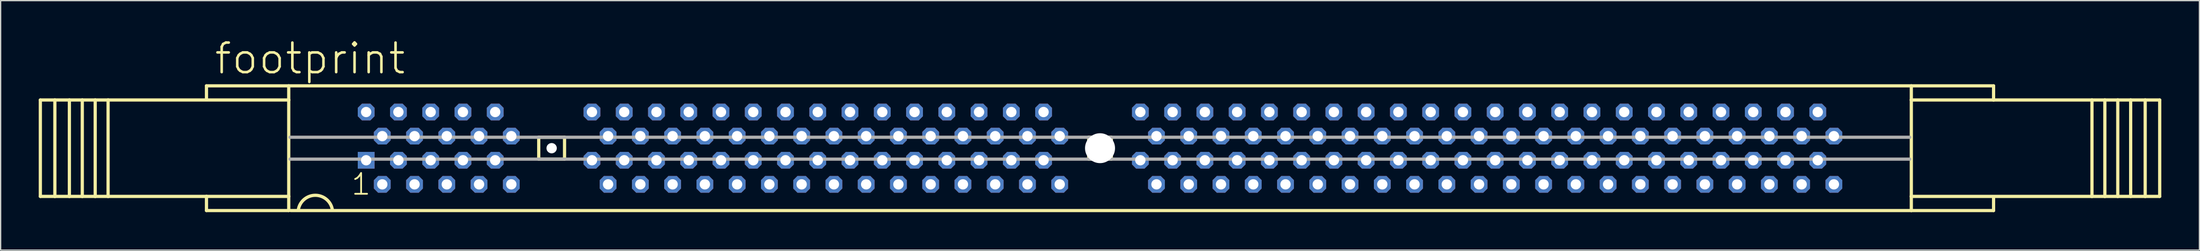
<source format=kicad_pcb>
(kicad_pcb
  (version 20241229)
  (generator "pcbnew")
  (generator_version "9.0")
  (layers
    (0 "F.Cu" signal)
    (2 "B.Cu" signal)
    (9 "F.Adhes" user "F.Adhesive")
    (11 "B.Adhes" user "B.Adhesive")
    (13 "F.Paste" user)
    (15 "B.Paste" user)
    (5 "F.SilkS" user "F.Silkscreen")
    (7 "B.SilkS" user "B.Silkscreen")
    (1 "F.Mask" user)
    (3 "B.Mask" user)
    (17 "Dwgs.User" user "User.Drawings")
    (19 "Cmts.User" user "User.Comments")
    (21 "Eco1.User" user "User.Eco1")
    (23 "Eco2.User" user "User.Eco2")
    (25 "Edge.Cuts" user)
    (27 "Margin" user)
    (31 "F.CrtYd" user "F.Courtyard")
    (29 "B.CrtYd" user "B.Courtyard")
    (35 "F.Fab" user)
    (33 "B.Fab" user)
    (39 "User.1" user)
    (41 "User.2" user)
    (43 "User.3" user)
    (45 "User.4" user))
  (footprint "footprint"
    (layer "F.Cu")
    (at 83.566 8.661)
    (property "Reference" "footprint" (at -69.85 -5.715 0) (layer "F.SilkS") (effects (font (size 2.337 2.337) (thickness 0.203)) (justify left bottom)))
    (fp_line (start -83.439 -3.81) (end -83.439 3.81) (stroke (width 0.254) (type solid)) (layer "F.SilkS"))
    (fp_line (start -83.439 3.81) (end -82.296 3.81) (stroke (width 0.254) (type solid)) (layer "F.SilkS"))
    (fp_line (start -82.296 -3.81) (end -83.439 -3.81) (stroke (width 0.254) (type solid)) (layer "F.SilkS"))
    (fp_line (start -82.296 -3.81) (end -82.296 3.81) (stroke (width 0.254) (type solid)) (layer "F.SilkS"))
    (fp_line (start -82.296 3.81) (end -81.153 3.81) (stroke (width 0.254) (type solid)) (layer "F.SilkS"))
    (fp_line (start -81.153 -3.81) (end -82.296 -3.81) (stroke (width 0.254) (type solid)) (layer "F.SilkS"))
    (fp_line (start -81.153 -3.81) (end -81.153 3.81) (stroke (width 0.254) (type solid)) (layer "F.SilkS"))
    (fp_line (start -81.153 3.81) (end -80.137 3.81) (stroke (width 0.254) (type solid)) (layer "F.SilkS"))
    (fp_line (start -80.137 -3.81) (end -81.153 -3.81) (stroke (width 0.254) (type solid)) (layer "F.SilkS"))
    (fp_line (start -80.137 -3.81) (end -80.137 3.81) (stroke (width 0.254) (type solid)) (layer "F.SilkS"))
    (fp_line (start -80.137 3.81) (end -79.121 3.81) (stroke (width 0.254) (type solid)) (layer "F.SilkS"))
    (fp_line (start -79.121 -3.81) (end -80.137 -3.81) (stroke (width 0.254) (type solid)) (layer "F.SilkS"))
    (fp_line (start -79.121 -3.81) (end -79.121 3.81) (stroke (width 0.254) (type solid)) (layer "F.SilkS"))
    (fp_line (start -79.121 3.81) (end -78.105 3.81) (stroke (width 0.254) (type solid)) (layer "F.SilkS"))
    (fp_line (start -78.105 -3.81) (end -79.121 -3.81) (stroke (width 0.254) (type solid)) (layer "F.SilkS"))
    (fp_line (start -78.105 -3.81) (end -78.105 3.81) (stroke (width 0.254) (type solid)) (layer "F.SilkS"))
    (fp_line (start -78.105 3.81) (end -70.358 3.81) (stroke (width 0.254) (type solid)) (layer "F.SilkS"))
    (fp_line (start -70.358 -4.928) (end -63.881 -4.928) (stroke (width 0.254) (type solid)) (layer "F.SilkS"))
    (fp_line (start -70.358 -3.835) (end -70.358 -4.928) (stroke (width 0.254) (type solid)) (layer "F.SilkS"))
    (fp_line (start -70.358 3.81) (end -70.358 4.928) (stroke (width 0.254) (type solid)) (layer "F.SilkS"))
    (fp_line (start -70.358 3.81) (end -63.881 3.81) (stroke (width 0.254) (type solid)) (layer "F.SilkS"))
    (fp_line (start -70.358 4.928) (end -63.881 4.928) (stroke (width 0.254) (type solid)) (layer "F.SilkS"))
    (fp_line (start -63.881 -4.928) (end -63.881 -3.81) (stroke (width 0.254) (type solid)) (layer "F.SilkS"))
    (fp_line (start -63.881 -4.928) (end 63.881 -4.928) (stroke (width 0.254) (type solid)) (layer "F.SilkS"))
    (fp_line (start -63.881 -3.81) (end -78.105 -3.81) (stroke (width 0.254) (type solid)) (layer "F.SilkS"))
    (fp_line (start -63.881 -3.81) (end -63.881 3.81) (stroke (width 0.254) (type solid)) (layer "F.SilkS"))
    (fp_line (start -63.881 3.81) (end -63.881 4.928) (stroke (width 0.254) (type solid)) (layer "F.SilkS"))
    (fp_line (start -44.196 0.864) (end -44.196 -0.864) (stroke (width 0.254) (type solid)) (layer "F.SilkS"))
    (fp_line (start -44.196 0.864) (end -42.164 0.864) (stroke (width 0.254) (type solid)) (layer "F.SilkS"))
    (fp_line (start -42.164 -0.864) (end -44.196 -0.864) (stroke (width 0.254) (type solid)) (layer "F.SilkS"))
    (fp_line (start -42.164 -0.864) (end -42.164 0.864) (stroke (width 0.254) (type solid)) (layer "F.SilkS"))
    (fp_line (start -0.889 0.864) (end -0.889 -0.864) (stroke (width 0.254) (type solid)) (layer "F.SilkS"))
    (fp_line (start -0.889 0.864) (end 0.889 0.864) (stroke (width 0.254) (type solid)) (layer "F.SilkS"))
    (fp_line (start 0.889 -0.864) (end -0.889 -0.864) (stroke (width 0.254) (type solid)) (layer "F.SilkS"))
    (fp_line (start 0.889 0.864) (end 0.889 -0.864) (stroke (width 0.254) (type solid)) (layer "F.SilkS"))
    (fp_line (start 63.881 -4.928) (end 63.881 -3.81) (stroke (width 0.254) (type solid)) (layer "F.SilkS"))
    (fp_line (start 63.881 -3.81) (end 63.881 3.81) (stroke (width 0.254) (type solid)) (layer "F.SilkS"))
    (fp_line (start 63.881 3.81) (end 63.881 4.928) (stroke (width 0.254) (type solid)) (layer "F.SilkS"))
    (fp_line (start 63.881 3.81) (end 78.105 3.81) (stroke (width 0.254) (type solid)) (layer "F.SilkS"))
    (fp_line (start 63.881 4.928) (end -63.729 4.928) (stroke (width 0.254) (type solid)) (layer "F.SilkS"))
    (fp_line (start 63.881 4.928) (end 70.358 4.928) (stroke (width 0.254) (type solid)) (layer "F.SilkS"))
    (fp_line (start 70.358 -4.928) (end 63.881 -4.928) (stroke (width 0.254) (type solid)) (layer "F.SilkS"))
    (fp_line (start 70.358 -3.81) (end 63.881 -3.81) (stroke (width 0.254) (type solid)) (layer "F.SilkS"))
    (fp_line (start 70.358 -3.81) (end 70.358 -4.928) (stroke (width 0.254) (type solid)) (layer "F.SilkS"))
    (fp_line (start 70.358 3.835) (end 70.358 4.928) (stroke (width 0.254) (type solid)) (layer "F.SilkS"))
    (fp_line (start 78.105 -3.81) (end 70.358 -3.81) (stroke (width 0.254) (type solid)) (layer "F.SilkS"))
    (fp_line (start 78.105 3.81) (end 78.105 -3.81) (stroke (width 0.254) (type solid)) (layer "F.SilkS"))
    (fp_line (start 78.105 3.81) (end 79.121 3.81) (stroke (width 0.254) (type solid)) (layer "F.SilkS"))
    (fp_line (start 79.121 -3.81) (end 78.105 -3.81) (stroke (width 0.254) (type solid)) (layer "F.SilkS"))
    (fp_line (start 79.121 3.81) (end 79.121 -3.81) (stroke (width 0.254) (type solid)) (layer "F.SilkS"))
    (fp_line (start 79.121 3.81) (end 80.137 3.81) (stroke (width 0.254) (type solid)) (layer "F.SilkS"))
    (fp_line (start 80.137 -3.81) (end 79.121 -3.81) (stroke (width 0.254) (type solid)) (layer "F.SilkS"))
    (fp_line (start 80.137 3.81) (end 80.137 -3.81) (stroke (width 0.254) (type solid)) (layer "F.SilkS"))
    (fp_line (start 80.137 3.81) (end 81.153 3.81) (stroke (width 0.254) (type solid)) (layer "F.SilkS"))
    (fp_line (start 81.153 -3.81) (end 80.137 -3.81) (stroke (width 0.254) (type solid)) (layer "F.SilkS"))
    (fp_line (start 81.153 3.81) (end 81.153 -3.81) (stroke (width 0.254) (type solid)) (layer "F.SilkS"))
    (fp_line (start 81.153 3.81) (end 82.296 3.81) (stroke (width 0.254) (type solid)) (layer "F.SilkS"))
    (fp_line (start 82.296 -3.81) (end 81.153 -3.81) (stroke (width 0.254) (type solid)) (layer "F.SilkS"))
    (fp_line (start 82.296 3.81) (end 82.296 -3.81) (stroke (width 0.254) (type solid)) (layer "F.SilkS"))
    (fp_line (start 82.296 3.81) (end 83.439 3.81) (stroke (width 0.254) (type solid)) (layer "F.SilkS"))
    (fp_line (start 83.439 -3.81) (end 82.296 -3.81) (stroke (width 0.254) (type solid)) (layer "F.SilkS"))
    (fp_line (start 83.439 3.81) (end 83.439 -3.81) (stroke (width 0.254) (type solid)) (layer "F.SilkS"))
    (fp_arc (start -63.119 4.826) (mid -61.7855 3.722525) (end -60.452 4.826) (stroke (width 0.254) (type solid)) (layer "F.SilkS"))
    (fp_line (start -63.779 -0.864) (end 63.754 -0.864) (stroke (width 0.254) (type solid)) (layer "F.Fab"))
    (fp_line (start -63.779 0.864) (end 63.754 0.864) (stroke (width 0.254) (type solid)) (layer "F.Fab"))
    (fp_text user "1" (at -59.055 3.81 0) (layer "F.SilkS") (effects (font (size 1.636 1.636) (thickness 0.142)) (justify left bottom)))
    (pad "" np_thru_hole circle (at -43.18 0) (size 0.813 0.813) (drill 0.813) (layers "*.Cu" "*.Mask"))
    (pad "" np_thru_hole circle (at 0 0) (size 2.362 2.362) (drill 2.362) (layers "*.Cu" "*.Mask"))
    (pad "1" thru_hole rect (at -57.785 0.953) (size 1.321 1.321) (drill 0.813) (layers "*.Cu" "*.Mask"))
    (pad "2" thru_hole roundrect (at -56.515 2.857) (size 1.321 1.321) (drill 0.813) (layers "*.Cu" "*.Mask") (roundrect_rratio 0.25) (chamfer_ratio 0.25) (chamfer top_left top_right bottom_left bottom_right))
    (pad "3" thru_hole roundrect (at -55.245 0.953) (size 1.321 1.321) (drill 0.813) (layers "*.Cu" "*.Mask") (roundrect_rratio 0.25) (chamfer_ratio 0.25) (chamfer top_left top_right bottom_left bottom_right))
    (pad "4" thru_hole roundrect (at -53.975 2.857) (size 1.321 1.321) (drill 0.813) (layers "*.Cu" "*.Mask") (roundrect_rratio 0.25) (chamfer_ratio 0.25) (chamfer top_left top_right bottom_left bottom_right))
    (pad "5" thru_hole roundrect (at -52.705 0.953) (size 1.321 1.321) (drill 0.813) (layers "*.Cu" "*.Mask") (roundrect_rratio 0.25) (chamfer_ratio 0.25) (chamfer top_left top_right bottom_left bottom_right))
    (pad "6" thru_hole roundrect (at -51.435 2.857) (size 1.321 1.321) (drill 0.813) (layers "*.Cu" "*.Mask") (roundrect_rratio 0.25) (chamfer_ratio 0.25) (chamfer top_left top_right bottom_left bottom_right))
    (pad "7" thru_hole roundrect (at -50.165 0.953) (size 1.321 1.321) (drill 0.813) (layers "*.Cu" "*.Mask") (roundrect_rratio 0.25) (chamfer_ratio 0.25) (chamfer top_left top_right bottom_left bottom_right))
    (pad "8" thru_hole roundrect (at -48.895 2.857) (size 1.321 1.321) (drill 0.813) (layers "*.Cu" "*.Mask") (roundrect_rratio 0.25) (chamfer_ratio 0.25) (chamfer top_left top_right bottom_left bottom_right))
    (pad "9" thru_hole roundrect (at -47.625 0.953) (size 1.321 1.321) (drill 0.813) (layers "*.Cu" "*.Mask") (roundrect_rratio 0.25) (chamfer_ratio 0.25) (chamfer top_left top_right bottom_left bottom_right))
    (pad "10" thru_hole roundrect (at -46.355 2.857) (size 1.321 1.321) (drill 0.813) (layers "*.Cu" "*.Mask") (roundrect_rratio 0.25) (chamfer_ratio 0.25) (chamfer top_left top_right bottom_left bottom_right))
    (pad "11" thru_hole roundrect (at -40.005 0.953) (size 1.321 1.321) (drill 0.813) (layers "*.Cu" "*.Mask") (roundrect_rratio 0.25) (chamfer_ratio 0.25) (chamfer top_left top_right bottom_left bottom_right))
    (pad "12" thru_hole roundrect (at -38.735 2.857) (size 1.321 1.321) (drill 0.813) (layers "*.Cu" "*.Mask") (roundrect_rratio 0.25) (chamfer_ratio 0.25) (chamfer top_left top_right bottom_left bottom_right))
    (pad "13" thru_hole roundrect (at -37.465 0.953) (size 1.321 1.321) (drill 0.813) (layers "*.Cu" "*.Mask") (roundrect_rratio 0.25) (chamfer_ratio 0.25) (chamfer top_left top_right bottom_left bottom_right))
    (pad "14" thru_hole roundrect (at -36.195 2.857) (size 1.321 1.321) (drill 0.813) (layers "*.Cu" "*.Mask") (roundrect_rratio 0.25) (chamfer_ratio 0.25) (chamfer top_left top_right bottom_left bottom_right))
    (pad "15" thru_hole roundrect (at -34.925 0.953) (size 1.321 1.321) (drill 0.813) (layers "*.Cu" "*.Mask") (roundrect_rratio 0.25) (chamfer_ratio 0.25) (chamfer top_left top_right bottom_left bottom_right))
    (pad "16" thru_hole roundrect (at -33.655 2.857) (size 1.321 1.321) (drill 0.813) (layers "*.Cu" "*.Mask") (roundrect_rratio 0.25) (chamfer_ratio 0.25) (chamfer top_left top_right bottom_left bottom_right))
    (pad "17" thru_hole roundrect (at -32.385 0.953) (size 1.321 1.321) (drill 0.813) (layers "*.Cu" "*.Mask") (roundrect_rratio 0.25) (chamfer_ratio 0.25) (chamfer top_left top_right bottom_left bottom_right))
    (pad "18" thru_hole roundrect (at -31.115 2.857) (size 1.321 1.321) (drill 0.813) (layers "*.Cu" "*.Mask") (roundrect_rratio 0.25) (chamfer_ratio 0.25) (chamfer top_left top_right bottom_left bottom_right))
    (pad "19" thru_hole roundrect (at -29.845 0.953) (size 1.321 1.321) (drill 0.813) (layers "*.Cu" "*.Mask") (roundrect_rratio 0.25) (chamfer_ratio 0.25) (chamfer top_left top_right bottom_left bottom_right))
    (pad "20" thru_hole roundrect (at -28.575 2.857) (size 1.321 1.321) (drill 0.813) (layers "*.Cu" "*.Mask") (roundrect_rratio 0.25) (chamfer_ratio 0.25) (chamfer top_left top_right bottom_left bottom_right))
    (pad "21" thru_hole roundrect (at -27.305 0.953) (size 1.321 1.321) (drill 0.813) (layers "*.Cu" "*.Mask") (roundrect_rratio 0.25) (chamfer_ratio 0.25) (chamfer top_left top_right bottom_left bottom_right))
    (pad "22" thru_hole roundrect (at -26.035 2.857) (size 1.321 1.321) (drill 0.813) (layers "*.Cu" "*.Mask") (roundrect_rratio 0.25) (chamfer_ratio 0.25) (chamfer top_left top_right bottom_left bottom_right))
    (pad "23" thru_hole roundrect (at -24.765 0.953) (size 1.321 1.321) (drill 0.813) (layers "*.Cu" "*.Mask") (roundrect_rratio 0.25) (chamfer_ratio 0.25) (chamfer top_left top_right bottom_left bottom_right))
    (pad "24" thru_hole roundrect (at -23.495 2.857) (size 1.321 1.321) (drill 0.813) (layers "*.Cu" "*.Mask") (roundrect_rratio 0.25) (chamfer_ratio 0.25) (chamfer top_left top_right bottom_left bottom_right))
    (pad "25" thru_hole roundrect (at -22.225 0.953) (size 1.321 1.321) (drill 0.813) (layers "*.Cu" "*.Mask") (roundrect_rratio 0.25) (chamfer_ratio 0.25) (chamfer top_left top_right bottom_left bottom_right))
    (pad "26" thru_hole roundrect (at -20.955 2.857) (size 1.321 1.321) (drill 0.813) (layers "*.Cu" "*.Mask") (roundrect_rratio 0.25) (chamfer_ratio 0.25) (chamfer top_left top_right bottom_left bottom_right))
    (pad "27" thru_hole roundrect (at -19.685 0.953) (size 1.321 1.321) (drill 0.813) (layers "*.Cu" "*.Mask") (roundrect_rratio 0.25) (chamfer_ratio 0.25) (chamfer top_left top_right bottom_left bottom_right))
    (pad "28" thru_hole roundrect (at -18.415 2.857) (size 1.321 1.321) (drill 0.813) (layers "*.Cu" "*.Mask") (roundrect_rratio 0.25) (chamfer_ratio 0.25) (chamfer top_left top_right bottom_left bottom_right))
    (pad "29" thru_hole roundrect (at -17.145 0.953) (size 1.321 1.321) (drill 0.813) (layers "*.Cu" "*.Mask") (roundrect_rratio 0.25) (chamfer_ratio 0.25) (chamfer top_left top_right bottom_left bottom_right))
    (pad "30" thru_hole roundrect (at -15.875 2.857) (size 1.321 1.321) (drill 0.813) (layers "*.Cu" "*.Mask") (roundrect_rratio 0.25) (chamfer_ratio 0.25) (chamfer top_left top_right bottom_left bottom_right))
    (pad "31" thru_hole roundrect (at -14.605 0.953) (size 1.321 1.321) (drill 0.813) (layers "*.Cu" "*.Mask") (roundrect_rratio 0.25) (chamfer_ratio 0.25) (chamfer top_left top_right bottom_left bottom_right))
    (pad "32" thru_hole roundrect (at -13.335 2.857) (size 1.321 1.321) (drill 0.813) (layers "*.Cu" "*.Mask") (roundrect_rratio 0.25) (chamfer_ratio 0.25) (chamfer top_left top_right bottom_left bottom_right))
    (pad "33" thru_hole roundrect (at -12.065 0.953) (size 1.321 1.321) (drill 0.813) (layers "*.Cu" "*.Mask") (roundrect_rratio 0.25) (chamfer_ratio 0.25) (chamfer top_left top_right bottom_left bottom_right))
    (pad "34" thru_hole roundrect (at -10.795 2.857) (size 1.321 1.321) (drill 0.813) (layers "*.Cu" "*.Mask") (roundrect_rratio 0.25) (chamfer_ratio 0.25) (chamfer top_left top_right bottom_left bottom_right))
    (pad "35" thru_hole roundrect (at -9.525 0.953) (size 1.321 1.321) (drill 0.813) (layers "*.Cu" "*.Mask") (roundrect_rratio 0.25) (chamfer_ratio 0.25) (chamfer top_left top_right bottom_left bottom_right))
    (pad "36" thru_hole roundrect (at -8.255 2.857) (size 1.321 1.321) (drill 0.813) (layers "*.Cu" "*.Mask") (roundrect_rratio 0.25) (chamfer_ratio 0.25) (chamfer top_left top_right bottom_left bottom_right))
    (pad "37" thru_hole roundrect (at -6.985 0.953) (size 1.321 1.321) (drill 0.813) (layers "*.Cu" "*.Mask") (roundrect_rratio 0.25) (chamfer_ratio 0.25) (chamfer top_left top_right bottom_left bottom_right))
    (pad "38" thru_hole roundrect (at -5.715 2.857) (size 1.321 1.321) (drill 0.813) (layers "*.Cu" "*.Mask") (roundrect_rratio 0.25) (chamfer_ratio 0.25) (chamfer top_left top_right bottom_left bottom_right))
    (pad "39" thru_hole roundrect (at -4.445 0.953) (size 1.321 1.321) (drill 0.813) (layers "*.Cu" "*.Mask") (roundrect_rratio 0.25) (chamfer_ratio 0.25) (chamfer top_left top_right bottom_left bottom_right))
    (pad "40" thru_hole roundrect (at -3.175 2.857) (size 1.321 1.321) (drill 0.813) (layers "*.Cu" "*.Mask") (roundrect_rratio 0.25) (chamfer_ratio 0.25) (chamfer top_left top_right bottom_left bottom_right))
    (pad "41" thru_hole roundrect (at 3.175 0.953) (size 1.321 1.321) (drill 0.813) (layers "*.Cu" "*.Mask") (roundrect_rratio 0.25) (chamfer_ratio 0.25) (chamfer top_left top_right bottom_left bottom_right))
    (pad "42" thru_hole roundrect (at 4.445 2.857) (size 1.321 1.321) (drill 0.813) (layers "*.Cu" "*.Mask") (roundrect_rratio 0.25) (chamfer_ratio 0.25) (chamfer top_left top_right bottom_left bottom_right))
    (pad "43" thru_hole roundrect (at 5.715 0.953) (size 1.321 1.321) (drill 0.813) (layers "*.Cu" "*.Mask") (roundrect_rratio 0.25) (chamfer_ratio 0.25) (chamfer top_left top_right bottom_left bottom_right))
    (pad "44" thru_hole roundrect (at 6.985 2.857) (size 1.321 1.321) (drill 0.813) (layers "*.Cu" "*.Mask") (roundrect_rratio 0.25) (chamfer_ratio 0.25) (chamfer top_left top_right bottom_left bottom_right))
    (pad "45" thru_hole roundrect (at 8.255 0.953) (size 1.321 1.321) (drill 0.813) (layers "*.Cu" "*.Mask") (roundrect_rratio 0.25) (chamfer_ratio 0.25) (chamfer top_left top_right bottom_left bottom_right))
    (pad "46" thru_hole roundrect (at 9.525 2.857) (size 1.321 1.321) (drill 0.813) (layers "*.Cu" "*.Mask") (roundrect_rratio 0.25) (chamfer_ratio 0.25) (chamfer top_left top_right bottom_left bottom_right))
    (pad "47" thru_hole roundrect (at 10.795 0.953) (size 1.321 1.321) (drill 0.813) (layers "*.Cu" "*.Mask") (roundrect_rratio 0.25) (chamfer_ratio 0.25) (chamfer top_left top_right bottom_left bottom_right))
    (pad "48" thru_hole roundrect (at 12.065 2.857) (size 1.321 1.321) (drill 0.813) (layers "*.Cu" "*.Mask") (roundrect_rratio 0.25) (chamfer_ratio 0.25) (chamfer top_left top_right bottom_left bottom_right))
    (pad "49" thru_hole roundrect (at 13.335 0.953) (size 1.321 1.321) (drill 0.813) (layers "*.Cu" "*.Mask") (roundrect_rratio 0.25) (chamfer_ratio 0.25) (chamfer top_left top_right bottom_left bottom_right))
    (pad "50" thru_hole roundrect (at 14.605 2.857) (size 1.321 1.321) (drill 0.813) (layers "*.Cu" "*.Mask") (roundrect_rratio 0.25) (chamfer_ratio 0.25) (chamfer top_left top_right bottom_left bottom_right))
    (pad "51" thru_hole roundrect (at 15.875 0.953) (size 1.321 1.321) (drill 0.813) (layers "*.Cu" "*.Mask") (roundrect_rratio 0.25) (chamfer_ratio 0.25) (chamfer top_left top_right bottom_left bottom_right))
    (pad "52" thru_hole roundrect (at 17.145 2.857) (size 1.321 1.321) (drill 0.813) (layers "*.Cu" "*.Mask") (roundrect_rratio 0.25) (chamfer_ratio 0.25) (chamfer top_left top_right bottom_left bottom_right))
    (pad "53" thru_hole roundrect (at 18.415 0.953) (size 1.321 1.321) (drill 0.813) (layers "*.Cu" "*.Mask") (roundrect_rratio 0.25) (chamfer_ratio 0.25) (chamfer top_left top_right bottom_left bottom_right))
    (pad "54" thru_hole roundrect (at 19.685 2.857) (size 1.321 1.321) (drill 0.813) (layers "*.Cu" "*.Mask") (roundrect_rratio 0.25) (chamfer_ratio 0.25) (chamfer top_left top_right bottom_left bottom_right))
    (pad "55" thru_hole roundrect (at 20.955 0.953) (size 1.321 1.321) (drill 0.813) (layers "*.Cu" "*.Mask") (roundrect_rratio 0.25) (chamfer_ratio 0.25) (chamfer top_left top_right bottom_left bottom_right))
    (pad "56" thru_hole roundrect (at 22.225 2.857) (size 1.321 1.321) (drill 0.813) (layers "*.Cu" "*.Mask") (roundrect_rratio 0.25) (chamfer_ratio 0.25) (chamfer top_left top_right bottom_left bottom_right))
    (pad "57" thru_hole roundrect (at 23.495 0.953) (size 1.321 1.321) (drill 0.813) (layers "*.Cu" "*.Mask") (roundrect_rratio 0.25) (chamfer_ratio 0.25) (chamfer top_left top_right bottom_left bottom_right))
    (pad "58" thru_hole roundrect (at 24.765 2.857) (size 1.321 1.321) (drill 0.813) (layers "*.Cu" "*.Mask") (roundrect_rratio 0.25) (chamfer_ratio 0.25) (chamfer top_left top_right bottom_left bottom_right))
    (pad "59" thru_hole roundrect (at 26.035 0.953) (size 1.321 1.321) (drill 0.813) (layers "*.Cu" "*.Mask") (roundrect_rratio 0.25) (chamfer_ratio 0.25) (chamfer top_left top_right bottom_left bottom_right))
    (pad "60" thru_hole roundrect (at 27.305 2.857) (size 1.321 1.321) (drill 0.813) (layers "*.Cu" "*.Mask") (roundrect_rratio 0.25) (chamfer_ratio 0.25) (chamfer top_left top_right bottom_left bottom_right))
    (pad "61" thru_hole roundrect (at 28.575 0.953) (size 1.321 1.321) (drill 0.813) (layers "*.Cu" "*.Mask") (roundrect_rratio 0.25) (chamfer_ratio 0.25) (chamfer top_left top_right bottom_left bottom_right))
    (pad "62" thru_hole roundrect (at 29.845 2.857) (size 1.321 1.321) (drill 0.813) (layers "*.Cu" "*.Mask") (roundrect_rratio 0.25) (chamfer_ratio 0.25) (chamfer top_left top_right bottom_left bottom_right))
    (pad "63" thru_hole roundrect (at 31.115 0.953) (size 1.321 1.321) (drill 0.813) (layers "*.Cu" "*.Mask") (roundrect_rratio 0.25) (chamfer_ratio 0.25) (chamfer top_left top_right bottom_left bottom_right))
    (pad "64" thru_hole roundrect (at 32.385 2.857) (size 1.321 1.321) (drill 0.813) (layers "*.Cu" "*.Mask") (roundrect_rratio 0.25) (chamfer_ratio 0.25) (chamfer top_left top_right bottom_left bottom_right))
    (pad "65" thru_hole roundrect (at 33.655 0.953) (size 1.321 1.321) (drill 0.813) (layers "*.Cu" "*.Mask") (roundrect_rratio 0.25) (chamfer_ratio 0.25) (chamfer top_left top_right bottom_left bottom_right))
    (pad "66" thru_hole roundrect (at 34.925 2.857) (size 1.321 1.321) (drill 0.813) (layers "*.Cu" "*.Mask") (roundrect_rratio 0.25) (chamfer_ratio 0.25) (chamfer top_left top_right bottom_left bottom_right))
    (pad "67" thru_hole roundrect (at 36.195 0.953) (size 1.321 1.321) (drill 0.813) (layers "*.Cu" "*.Mask") (roundrect_rratio 0.25) (chamfer_ratio 0.25) (chamfer top_left top_right bottom_left bottom_right))
    (pad "68" thru_hole roundrect (at 37.465 2.857) (size 1.321 1.321) (drill 0.813) (layers "*.Cu" "*.Mask") (roundrect_rratio 0.25) (chamfer_ratio 0.25) (chamfer top_left top_right bottom_left bottom_right))
    (pad "69" thru_hole roundrect (at 38.735 0.953) (size 1.321 1.321) (drill 0.813) (layers "*.Cu" "*.Mask") (roundrect_rratio 0.25) (chamfer_ratio 0.25) (chamfer top_left top_right bottom_left bottom_right))
    (pad "70" thru_hole roundrect (at 40.005 2.857) (size 1.321 1.321) (drill 0.813) (layers "*.Cu" "*.Mask") (roundrect_rratio 0.25) (chamfer_ratio 0.25) (chamfer top_left top_right bottom_left bottom_right))
    (pad "71" thru_hole roundrect (at 41.275 0.953) (size 1.321 1.321) (drill 0.813) (layers "*.Cu" "*.Mask") (roundrect_rratio 0.25) (chamfer_ratio 0.25) (chamfer top_left top_right bottom_left bottom_right))
    (pad "72" thru_hole roundrect (at 42.545 2.857) (size 1.321 1.321) (drill 0.813) (layers "*.Cu" "*.Mask") (roundrect_rratio 0.25) (chamfer_ratio 0.25) (chamfer top_left top_right bottom_left bottom_right))
    (pad "73" thru_hole roundrect (at 43.815 0.953) (size 1.321 1.321) (drill 0.813) (layers "*.Cu" "*.Mask") (roundrect_rratio 0.25) (chamfer_ratio 0.25) (chamfer top_left top_right bottom_left bottom_right))
    (pad "74" thru_hole roundrect (at 45.085 2.857) (size 1.321 1.321) (drill 0.813) (layers "*.Cu" "*.Mask") (roundrect_rratio 0.25) (chamfer_ratio 0.25) (chamfer top_left top_right bottom_left bottom_right))
    (pad "75" thru_hole roundrect (at 46.355 0.953) (size 1.321 1.321) (drill 0.813) (layers "*.Cu" "*.Mask") (roundrect_rratio 0.25) (chamfer_ratio 0.25) (chamfer top_left top_right bottom_left bottom_right))
    (pad "76" thru_hole roundrect (at 47.625 2.857) (size 1.321 1.321) (drill 0.813) (layers "*.Cu" "*.Mask") (roundrect_rratio 0.25) (chamfer_ratio 0.25) (chamfer top_left top_right bottom_left bottom_right))
    (pad "77" thru_hole roundrect (at 48.895 0.953) (size 1.321 1.321) (drill 0.813) (layers "*.Cu" "*.Mask") (roundrect_rratio 0.25) (chamfer_ratio 0.25) (chamfer top_left top_right bottom_left bottom_right))
    (pad "78" thru_hole roundrect (at 50.165 2.857) (size 1.321 1.321) (drill 0.813) (layers "*.Cu" "*.Mask") (roundrect_rratio 0.25) (chamfer_ratio 0.25) (chamfer top_left top_right bottom_left bottom_right))
    (pad "79" thru_hole roundrect (at 51.435 0.953) (size 1.321 1.321) (drill 0.813) (layers "*.Cu" "*.Mask") (roundrect_rratio 0.25) (chamfer_ratio 0.25) (chamfer top_left top_right bottom_left bottom_right))
    (pad "80" thru_hole roundrect (at 52.705 2.857) (size 1.321 1.321) (drill 0.813) (layers "*.Cu" "*.Mask") (roundrect_rratio 0.25) (chamfer_ratio 0.25) (chamfer top_left top_right bottom_left bottom_right))
    (pad "81" thru_hole roundrect (at 53.975 0.953) (size 1.321 1.321) (drill 0.813) (layers "*.Cu" "*.Mask") (roundrect_rratio 0.25) (chamfer_ratio 0.25) (chamfer top_left top_right bottom_left bottom_right))
    (pad "82" thru_hole roundrect (at 55.245 2.857) (size 1.321 1.321) (drill 0.813) (layers "*.Cu" "*.Mask") (roundrect_rratio 0.25) (chamfer_ratio 0.25) (chamfer top_left top_right bottom_left bottom_right))
    (pad "83" thru_hole roundrect (at 56.515 0.953) (size 1.321 1.321) (drill 0.813) (layers "*.Cu" "*.Mask") (roundrect_rratio 0.25) (chamfer_ratio 0.25) (chamfer top_left top_right bottom_left bottom_right))
    (pad "84" thru_hole roundrect (at 57.785 2.857) (size 1.321 1.321) (drill 0.813) (layers "*.Cu" "*.Mask") (roundrect_rratio 0.25) (chamfer_ratio 0.25) (chamfer top_left top_right bottom_left bottom_right))
    (pad "85" thru_hole roundrect (at -57.785 -2.857) (size 1.321 1.321) (drill 0.813) (layers "*.Cu" "*.Mask") (roundrect_rratio 0.25) (chamfer_ratio 0.25) (chamfer top_left top_right bottom_left bottom_right))
    (pad "86" thru_hole roundrect (at -56.515 -0.953) (size 1.321 1.321) (drill 0.813) (layers "*.Cu" "*.Mask") (roundrect_rratio 0.25) (chamfer_ratio 0.25) (chamfer top_left top_right bottom_left bottom_right))
    (pad "87" thru_hole roundrect (at -55.245 -2.857) (size 1.321 1.321) (drill 0.813) (layers "*.Cu" "*.Mask") (roundrect_rratio 0.25) (chamfer_ratio 0.25) (chamfer top_left top_right bottom_left bottom_right))
    (pad "88" thru_hole roundrect (at -53.975 -0.953) (size 1.321 1.321) (drill 0.813) (layers "*.Cu" "*.Mask") (roundrect_rratio 0.25) (chamfer_ratio 0.25) (chamfer top_left top_right bottom_left bottom_right))
    (pad "89" thru_hole roundrect (at -52.705 -2.857) (size 1.321 1.321) (drill 0.813) (layers "*.Cu" "*.Mask") (roundrect_rratio 0.25) (chamfer_ratio 0.25) (chamfer top_left top_right bottom_left bottom_right))
    (pad "90" thru_hole roundrect (at -51.435 -0.953) (size 1.321 1.321) (drill 0.813) (layers "*.Cu" "*.Mask") (roundrect_rratio 0.25) (chamfer_ratio 0.25) (chamfer top_left top_right bottom_left bottom_right))
    (pad "91" thru_hole roundrect (at -50.165 -2.857) (size 1.321 1.321) (drill 0.813) (layers "*.Cu" "*.Mask") (roundrect_rratio 0.25) (chamfer_ratio 0.25) (chamfer top_left top_right bottom_left bottom_right))
    (pad "92" thru_hole roundrect (at -48.895 -0.953) (size 1.321 1.321) (drill 0.813) (layers "*.Cu" "*.Mask") (roundrect_rratio 0.25) (chamfer_ratio 0.25) (chamfer top_left top_right bottom_left bottom_right))
    (pad "93" thru_hole roundrect (at -47.625 -2.857) (size 1.321 1.321) (drill 0.813) (layers "*.Cu" "*.Mask") (roundrect_rratio 0.25) (chamfer_ratio 0.25) (chamfer top_left top_right bottom_left bottom_right))
    (pad "94" thru_hole roundrect (at -46.355 -0.953) (size 1.321 1.321) (drill 0.813) (layers "*.Cu" "*.Mask") (roundrect_rratio 0.25) (chamfer_ratio 0.25) (chamfer top_left top_right bottom_left bottom_right))
    (pad "95" thru_hole roundrect (at -40.005 -2.857) (size 1.321 1.321) (drill 0.813) (layers "*.Cu" "*.Mask") (roundrect_rratio 0.25) (chamfer_ratio 0.25) (chamfer top_left top_right bottom_left bottom_right))
    (pad "96" thru_hole roundrect (at -38.735 -0.953) (size 1.321 1.321) (drill 0.813) (layers "*.Cu" "*.Mask") (roundrect_rratio 0.25) (chamfer_ratio 0.25) (chamfer top_left top_right bottom_left bottom_right))
    (pad "97" thru_hole roundrect (at -37.465 -2.857) (size 1.321 1.321) (drill 0.813) (layers "*.Cu" "*.Mask") (roundrect_rratio 0.25) (chamfer_ratio 0.25) (chamfer top_left top_right bottom_left bottom_right))
    (pad "98" thru_hole roundrect (at -36.195 -0.953) (size 1.321 1.321) (drill 0.813) (layers "*.Cu" "*.Mask") (roundrect_rratio 0.25) (chamfer_ratio 0.25) (chamfer top_left top_right bottom_left bottom_right))
    (pad "99" thru_hole roundrect (at -34.925 -2.857) (size 1.321 1.321) (drill 0.813) (layers "*.Cu" "*.Mask") (roundrect_rratio 0.25) (chamfer_ratio 0.25) (chamfer top_left top_right bottom_left bottom_right))
    (pad "100" thru_hole roundrect (at -33.655 -0.953) (size 1.321 1.321) (drill 0.813) (layers "*.Cu" "*.Mask") (roundrect_rratio 0.25) (chamfer_ratio 0.25) (chamfer top_left top_right bottom_left bottom_right))
    (pad "101" thru_hole roundrect (at -32.385 -2.857) (size 1.321 1.321) (drill 0.813) (layers "*.Cu" "*.Mask") (roundrect_rratio 0.25) (chamfer_ratio 0.25) (chamfer top_left top_right bottom_left bottom_right))
    (pad "102" thru_hole roundrect (at -31.115 -0.953) (size 1.321 1.321) (drill 0.813) (layers "*.Cu" "*.Mask") (roundrect_rratio 0.25) (chamfer_ratio 0.25) (chamfer top_left top_right bottom_left bottom_right))
    (pad "103" thru_hole roundrect (at -29.845 -2.857) (size 1.321 1.321) (drill 0.813) (layers "*.Cu" "*.Mask") (roundrect_rratio 0.25) (chamfer_ratio 0.25) (chamfer top_left top_right bottom_left bottom_right))
    (pad "104" thru_hole roundrect (at -28.575 -0.953) (size 1.321 1.321) (drill 0.813) (layers "*.Cu" "*.Mask") (roundrect_rratio 0.25) (chamfer_ratio 0.25) (chamfer top_left top_right bottom_left bottom_right))
    (pad "105" thru_hole roundrect (at -27.305 -2.857) (size 1.321 1.321) (drill 0.813) (layers "*.Cu" "*.Mask") (roundrect_rratio 0.25) (chamfer_ratio 0.25) (chamfer top_left top_right bottom_left bottom_right))
    (pad "106" thru_hole roundrect (at -26.035 -0.953) (size 1.321 1.321) (drill 0.813) (layers "*.Cu" "*.Mask") (roundrect_rratio 0.25) (chamfer_ratio 0.25) (chamfer top_left top_right bottom_left bottom_right))
    (pad "107" thru_hole roundrect (at -24.765 -2.857) (size 1.321 1.321) (drill 0.813) (layers "*.Cu" "*.Mask") (roundrect_rratio 0.25) (chamfer_ratio 0.25) (chamfer top_left top_right bottom_left bottom_right))
    (pad "108" thru_hole roundrect (at -23.495 -0.953) (size 1.321 1.321) (drill 0.813) (layers "*.Cu" "*.Mask") (roundrect_rratio 0.25) (chamfer_ratio 0.25) (chamfer top_left top_right bottom_left bottom_right))
    (pad "109" thru_hole roundrect (at -22.225 -2.857) (size 1.321 1.321) (drill 0.813) (layers "*.Cu" "*.Mask") (roundrect_rratio 0.25) (chamfer_ratio 0.25) (chamfer top_left top_right bottom_left bottom_right))
    (pad "110" thru_hole roundrect (at -20.955 -0.953) (size 1.321 1.321) (drill 0.813) (layers "*.Cu" "*.Mask") (roundrect_rratio 0.25) (chamfer_ratio 0.25) (chamfer top_left top_right bottom_left bottom_right))
    (pad "111" thru_hole roundrect (at -19.685 -2.857) (size 1.321 1.321) (drill 0.813) (layers "*.Cu" "*.Mask") (roundrect_rratio 0.25) (chamfer_ratio 0.25) (chamfer top_left top_right bottom_left bottom_right))
    (pad "112" thru_hole roundrect (at -18.415 -0.953) (size 1.321 1.321) (drill 0.813) (layers "*.Cu" "*.Mask") (roundrect_rratio 0.25) (chamfer_ratio 0.25) (chamfer top_left top_right bottom_left bottom_right))
    (pad "113" thru_hole roundrect (at -17.145 -2.857) (size 1.321 1.321) (drill 0.813) (layers "*.Cu" "*.Mask") (roundrect_rratio 0.25) (chamfer_ratio 0.25) (chamfer top_left top_right bottom_left bottom_right))
    (pad "114" thru_hole roundrect (at -15.875 -0.953) (size 1.321 1.321) (drill 0.813) (layers "*.Cu" "*.Mask") (roundrect_rratio 0.25) (chamfer_ratio 0.25) (chamfer top_left top_right bottom_left bottom_right))
    (pad "115" thru_hole roundrect (at -14.605 -2.857) (size 1.321 1.321) (drill 0.813) (layers "*.Cu" "*.Mask") (roundrect_rratio 0.25) (chamfer_ratio 0.25) (chamfer top_left top_right bottom_left bottom_right))
    (pad "116" thru_hole roundrect (at -13.335 -0.953) (size 1.321 1.321) (drill 0.813) (layers "*.Cu" "*.Mask") (roundrect_rratio 0.25) (chamfer_ratio 0.25) (chamfer top_left top_right bottom_left bottom_right))
    (pad "117" thru_hole roundrect (at -12.065 -2.857) (size 1.321 1.321) (drill 0.813) (layers "*.Cu" "*.Mask") (roundrect_rratio 0.25) (chamfer_ratio 0.25) (chamfer top_left top_right bottom_left bottom_right))
    (pad "118" thru_hole roundrect (at -10.795 -0.953) (size 1.321 1.321) (drill 0.813) (layers "*.Cu" "*.Mask") (roundrect_rratio 0.25) (chamfer_ratio 0.25) (chamfer top_left top_right bottom_left bottom_right))
    (pad "119" thru_hole roundrect (at -9.525 -2.857) (size 1.321 1.321) (drill 0.813) (layers "*.Cu" "*.Mask") (roundrect_rratio 0.25) (chamfer_ratio 0.25) (chamfer top_left top_right bottom_left bottom_right))
    (pad "120" thru_hole roundrect (at -8.255 -0.953) (size 1.321 1.321) (drill 0.813) (layers "*.Cu" "*.Mask") (roundrect_rratio 0.25) (chamfer_ratio 0.25) (chamfer top_left top_right bottom_left bottom_right))
    (pad "121" thru_hole roundrect (at -6.985 -2.857) (size 1.321 1.321) (drill 0.813) (layers "*.Cu" "*.Mask") (roundrect_rratio 0.25) (chamfer_ratio 0.25) (chamfer top_left top_right bottom_left bottom_right))
    (pad "122" thru_hole roundrect (at -5.715 -0.953) (size 1.321 1.321) (drill 0.813) (layers "*.Cu" "*.Mask") (roundrect_rratio 0.25) (chamfer_ratio 0.25) (chamfer top_left top_right bottom_left bottom_right))
    (pad "123" thru_hole roundrect (at -4.445 -2.857) (size 1.321 1.321) (drill 0.813) (layers "*.Cu" "*.Mask") (roundrect_rratio 0.25) (chamfer_ratio 0.25) (chamfer top_left top_right bottom_left bottom_right))
    (pad "124" thru_hole roundrect (at -3.175 -0.953) (size 1.321 1.321) (drill 0.813) (layers "*.Cu" "*.Mask") (roundrect_rratio 0.25) (chamfer_ratio 0.25) (chamfer top_left top_right bottom_left bottom_right))
    (pad "125" thru_hole roundrect (at 3.175 -2.857) (size 1.321 1.321) (drill 0.813) (layers "*.Cu" "*.Mask") (roundrect_rratio 0.25) (chamfer_ratio 0.25) (chamfer top_left top_right bottom_left bottom_right))
    (pad "126" thru_hole roundrect (at 4.445 -0.953) (size 1.321 1.321) (drill 0.813) (layers "*.Cu" "*.Mask") (roundrect_rratio 0.25) (chamfer_ratio 0.25) (chamfer top_left top_right bottom_left bottom_right))
    (pad "127" thru_hole roundrect (at 5.715 -2.857) (size 1.321 1.321) (drill 0.813) (layers "*.Cu" "*.Mask") (roundrect_rratio 0.25) (chamfer_ratio 0.25) (chamfer top_left top_right bottom_left bottom_right))
    (pad "128" thru_hole roundrect (at 6.985 -0.953) (size 1.321 1.321) (drill 0.813) (layers "*.Cu" "*.Mask") (roundrect_rratio 0.25) (chamfer_ratio 0.25) (chamfer top_left top_right bottom_left bottom_right))
    (pad "129" thru_hole roundrect (at 8.255 -2.857) (size 1.321 1.321) (drill 0.813) (layers "*.Cu" "*.Mask") (roundrect_rratio 0.25) (chamfer_ratio 0.25) (chamfer top_left top_right bottom_left bottom_right))
    (pad "130" thru_hole roundrect (at 9.525 -0.953) (size 1.321 1.321) (drill 0.813) (layers "*.Cu" "*.Mask") (roundrect_rratio 0.25) (chamfer_ratio 0.25) (chamfer top_left top_right bottom_left bottom_right))
    (pad "131" thru_hole roundrect (at 10.795 -2.857) (size 1.321 1.321) (drill 0.813) (layers "*.Cu" "*.Mask") (roundrect_rratio 0.25) (chamfer_ratio 0.25) (chamfer top_left top_right bottom_left bottom_right))
    (pad "132" thru_hole roundrect (at 12.065 -0.953) (size 1.321 1.321) (drill 0.813) (layers "*.Cu" "*.Mask") (roundrect_rratio 0.25) (chamfer_ratio 0.25) (chamfer top_left top_right bottom_left bottom_right))
    (pad "133" thru_hole roundrect (at 13.335 -2.857) (size 1.321 1.321) (drill 0.813) (layers "*.Cu" "*.Mask") (roundrect_rratio 0.25) (chamfer_ratio 0.25) (chamfer top_left top_right bottom_left bottom_right))
    (pad "134" thru_hole roundrect (at 14.605 -0.953) (size 1.321 1.321) (drill 0.813) (layers "*.Cu" "*.Mask") (roundrect_rratio 0.25) (chamfer_ratio 0.25) (chamfer top_left top_right bottom_left bottom_right))
    (pad "135" thru_hole roundrect (at 15.875 -2.857) (size 1.321 1.321) (drill 0.813) (layers "*.Cu" "*.Mask") (roundrect_rratio 0.25) (chamfer_ratio 0.25) (chamfer top_left top_right bottom_left bottom_right))
    (pad "136" thru_hole roundrect (at 17.145 -0.953) (size 1.321 1.321) (drill 0.813) (layers "*.Cu" "*.Mask") (roundrect_rratio 0.25) (chamfer_ratio 0.25) (chamfer top_left top_right bottom_left bottom_right))
    (pad "137" thru_hole roundrect (at 18.415 -2.857) (size 1.321 1.321) (drill 0.813) (layers "*.Cu" "*.Mask") (roundrect_rratio 0.25) (chamfer_ratio 0.25) (chamfer top_left top_right bottom_left bottom_right))
    (pad "138" thru_hole roundrect (at 19.685 -0.953) (size 1.321 1.321) (drill 0.813) (layers "*.Cu" "*.Mask") (roundrect_rratio 0.25) (chamfer_ratio 0.25) (chamfer top_left top_right bottom_left bottom_right))
    (pad "139" thru_hole roundrect (at 20.955 -2.857) (size 1.321 1.321) (drill 0.813) (layers "*.Cu" "*.Mask") (roundrect_rratio 0.25) (chamfer_ratio 0.25) (chamfer top_left top_right bottom_left bottom_right))
    (pad "140" thru_hole roundrect (at 22.225 -0.953) (size 1.321 1.321) (drill 0.813) (layers "*.Cu" "*.Mask") (roundrect_rratio 0.25) (chamfer_ratio 0.25) (chamfer top_left top_right bottom_left bottom_right))
    (pad "141" thru_hole roundrect (at 23.495 -2.857) (size 1.321 1.321) (drill 0.813) (layers "*.Cu" "*.Mask") (roundrect_rratio 0.25) (chamfer_ratio 0.25) (chamfer top_left top_right bottom_left bottom_right))
    (pad "142" thru_hole roundrect (at 24.765 -0.953) (size 1.321 1.321) (drill 0.813) (layers "*.Cu" "*.Mask") (roundrect_rratio 0.25) (chamfer_ratio 0.25) (chamfer top_left top_right bottom_left bottom_right))
    (pad "143" thru_hole roundrect (at 26.035 -2.857) (size 1.321 1.321) (drill 0.813) (layers "*.Cu" "*.Mask") (roundrect_rratio 0.25) (chamfer_ratio 0.25) (chamfer top_left top_right bottom_left bottom_right))
    (pad "144" thru_hole roundrect (at 27.305 -0.953) (size 1.321 1.321) (drill 0.813) (layers "*.Cu" "*.Mask") (roundrect_rratio 0.25) (chamfer_ratio 0.25) (chamfer top_left top_right bottom_left bottom_right))
    (pad "145" thru_hole roundrect (at 28.575 -2.857) (size 1.321 1.321) (drill 0.813) (layers "*.Cu" "*.Mask") (roundrect_rratio 0.25) (chamfer_ratio 0.25) (chamfer top_left top_right bottom_left bottom_right))
    (pad "146" thru_hole roundrect (at 29.845 -0.953) (size 1.321 1.321) (drill 0.813) (layers "*.Cu" "*.Mask") (roundrect_rratio 0.25) (chamfer_ratio 0.25) (chamfer top_left top_right bottom_left bottom_right))
    (pad "147" thru_hole roundrect (at 31.115 -2.857) (size 1.321 1.321) (drill 0.813) (layers "*.Cu" "*.Mask") (roundrect_rratio 0.25) (chamfer_ratio 0.25) (chamfer top_left top_right bottom_left bottom_right))
    (pad "148" thru_hole roundrect (at 32.385 -0.953) (size 1.321 1.321) (drill 0.813) (layers "*.Cu" "*.Mask") (roundrect_rratio 0.25) (chamfer_ratio 0.25) (chamfer top_left top_right bottom_left bottom_right))
    (pad "149" thru_hole roundrect (at 33.655 -2.857) (size 1.321 1.321) (drill 0.813) (layers "*.Cu" "*.Mask") (roundrect_rratio 0.25) (chamfer_ratio 0.25) (chamfer top_left top_right bottom_left bottom_right))
    (pad "150" thru_hole roundrect (at 34.925 -0.953) (size 1.321 1.321) (drill 0.813) (layers "*.Cu" "*.Mask") (roundrect_rratio 0.25) (chamfer_ratio 0.25) (chamfer top_left top_right bottom_left bottom_right))
    (pad "151" thru_hole roundrect (at 36.195 -2.857) (size 1.321 1.321) (drill 0.813) (layers "*.Cu" "*.Mask") (roundrect_rratio 0.25) (chamfer_ratio 0.25) (chamfer top_left top_right bottom_left bottom_right))
    (pad "152" thru_hole roundrect (at 37.465 -0.953) (size 1.321 1.321) (drill 0.813) (layers "*.Cu" "*.Mask") (roundrect_rratio 0.25) (chamfer_ratio 0.25) (chamfer top_left top_right bottom_left bottom_right))
    (pad "153" thru_hole roundrect (at 38.735 -2.857) (size 1.321 1.321) (drill 0.813) (layers "*.Cu" "*.Mask") (roundrect_rratio 0.25) (chamfer_ratio 0.25) (chamfer top_left top_right bottom_left bottom_right))
    (pad "154" thru_hole roundrect (at 40.005 -0.953) (size 1.321 1.321) (drill 0.813) (layers "*.Cu" "*.Mask") (roundrect_rratio 0.25) (chamfer_ratio 0.25) (chamfer top_left top_right bottom_left bottom_right))
    (pad "155" thru_hole roundrect (at 41.275 -2.857) (size 1.321 1.321) (drill 0.813) (layers "*.Cu" "*.Mask") (roundrect_rratio 0.25) (chamfer_ratio 0.25) (chamfer top_left top_right bottom_left bottom_right))
    (pad "156" thru_hole roundrect (at 42.545 -0.953) (size 1.321 1.321) (drill 0.813) (layers "*.Cu" "*.Mask") (roundrect_rratio 0.25) (chamfer_ratio 0.25) (chamfer top_left top_right bottom_left bottom_right))
    (pad "157" thru_hole roundrect (at 43.815 -2.857) (size 1.321 1.321) (drill 0.813) (layers "*.Cu" "*.Mask") (roundrect_rratio 0.25) (chamfer_ratio 0.25) (chamfer top_left top_right bottom_left bottom_right))
    (pad "158" thru_hole roundrect (at 45.085 -0.953) (size 1.321 1.321) (drill 0.813) (layers "*.Cu" "*.Mask") (roundrect_rratio 0.25) (chamfer_ratio 0.25) (chamfer top_left top_right bottom_left bottom_right))
    (pad "159" thru_hole roundrect (at 46.355 -2.857) (size 1.321 1.321) (drill 0.813) (layers "*.Cu" "*.Mask") (roundrect_rratio 0.25) (chamfer_ratio 0.25) (chamfer top_left top_right bottom_left bottom_right))
    (pad "160" thru_hole roundrect (at 47.625 -0.953) (size 1.321 1.321) (drill 0.813) (layers "*.Cu" "*.Mask") (roundrect_rratio 0.25) (chamfer_ratio 0.25) (chamfer top_left top_right bottom_left bottom_right))
    (pad "161" thru_hole roundrect (at 48.895 -2.857) (size 1.321 1.321) (drill 0.813) (layers "*.Cu" "*.Mask") (roundrect_rratio 0.25) (chamfer_ratio 0.25) (chamfer top_left top_right bottom_left bottom_right))
    (pad "162" thru_hole roundrect (at 50.165 -0.953) (size 1.321 1.321) (drill 0.813) (layers "*.Cu" "*.Mask") (roundrect_rratio 0.25) (chamfer_ratio 0.25) (chamfer top_left top_right bottom_left bottom_right))
    (pad "163" thru_hole roundrect (at 51.435 -2.857) (size 1.321 1.321) (drill 0.813) (layers "*.Cu" "*.Mask") (roundrect_rratio 0.25) (chamfer_ratio 0.25) (chamfer top_left top_right bottom_left bottom_right))
    (pad "164" thru_hole roundrect (at 52.705 -0.953) (size 1.321 1.321) (drill 0.813) (layers "*.Cu" "*.Mask") (roundrect_rratio 0.25) (chamfer_ratio 0.25) (chamfer top_left top_right bottom_left bottom_right))
    (pad "165" thru_hole roundrect (at 53.975 -2.857) (size 1.321 1.321) (drill 0.813) (layers "*.Cu" "*.Mask") (roundrect_rratio 0.25) (chamfer_ratio 0.25) (chamfer top_left top_right bottom_left bottom_right))
    (pad "166" thru_hole roundrect (at 55.245 -0.953) (size 1.321 1.321) (drill 0.813) (layers "*.Cu" "*.Mask") (roundrect_rratio 0.25) (chamfer_ratio 0.25) (chamfer top_left top_right bottom_left bottom_right))
    (pad "167" thru_hole roundrect (at 56.515 -2.857) (size 1.321 1.321) (drill 0.813) (layers "*.Cu" "*.Mask") (roundrect_rratio 0.25) (chamfer_ratio 0.25) (chamfer top_left top_right bottom_left bottom_right))
    (pad "168" thru_hole roundrect (at 57.785 -0.953) (size 1.321 1.321) (drill 0.813) (layers "*.Cu" "*.Mask") (roundrect_rratio 0.25) (chamfer_ratio 0.25) (chamfer top_left top_right bottom_left bottom_right)))
  (gr_rect
    (start -3 -3)
    (end 170.132 16.716)
    (stroke (width 0.1) (type default))
    (fill no)
    (layer "Edge.Cuts")))
</source>
